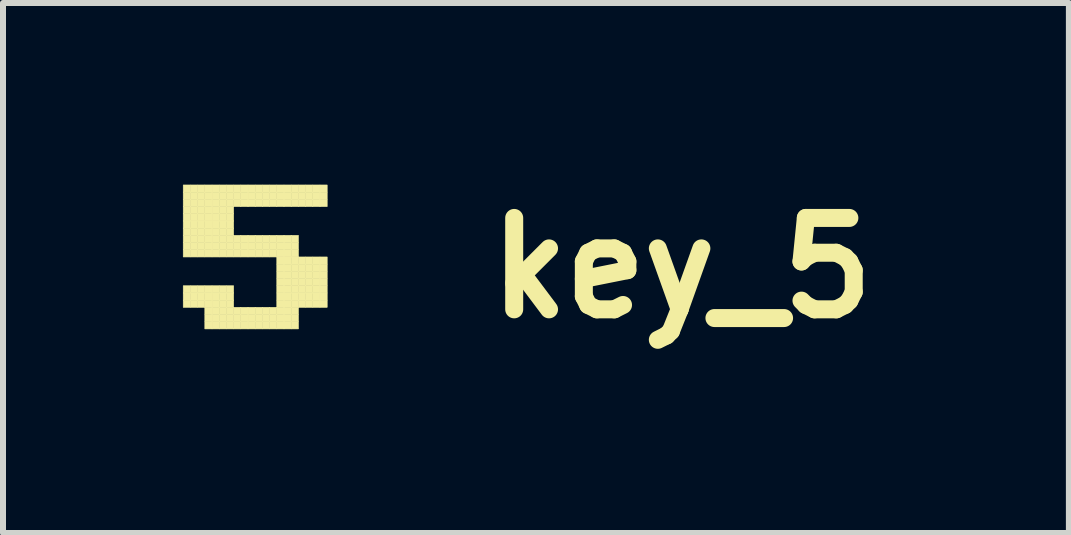
<source format=kicad_pcb>
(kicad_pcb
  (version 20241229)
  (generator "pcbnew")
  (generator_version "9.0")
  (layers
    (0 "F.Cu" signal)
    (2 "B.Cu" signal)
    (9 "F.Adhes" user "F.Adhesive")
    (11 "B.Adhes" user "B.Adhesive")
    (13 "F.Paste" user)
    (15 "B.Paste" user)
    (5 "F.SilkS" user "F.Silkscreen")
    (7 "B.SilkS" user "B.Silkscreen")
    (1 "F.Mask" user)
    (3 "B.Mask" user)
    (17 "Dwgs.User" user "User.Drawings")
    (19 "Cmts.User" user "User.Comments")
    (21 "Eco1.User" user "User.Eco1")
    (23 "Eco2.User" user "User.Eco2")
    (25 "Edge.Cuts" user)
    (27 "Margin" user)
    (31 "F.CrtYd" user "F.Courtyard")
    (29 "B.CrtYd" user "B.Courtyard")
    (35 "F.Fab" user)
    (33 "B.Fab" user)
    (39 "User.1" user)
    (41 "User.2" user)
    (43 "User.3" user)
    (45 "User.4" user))
  (footprint "key_5"
    (layer "F.Cu")
    (at 1.205 1.418)
    (property "Reference" "key_5" (at 7.112 0 0) (layer "F.SilkS") (effects (font (size 1.524 1.524) (thickness 0.3))))
    (attr through_hole)
    (fp_poly (pts (xy -1.2 -1.384) (xy -1.08 -1.384) (xy -1.08 -1.264) (xy -1.2 -1.264) (xy -1.2 -1.384)) (stroke (width 0.01) (type solid)) (fill yes) (layer "F.SilkS"))
    (fp_poly (pts (xy -1.2 -1.264) (xy -1.08 -1.264) (xy -1.08 -1.144) (xy -1.2 -1.144) (xy -1.2 -1.264)) (stroke (width 0.01) (type solid)) (fill yes) (layer "F.SilkS"))
    (fp_poly (pts (xy -1.2 -1.144) (xy -1.08 -1.144) (xy -1.08 -1.024) (xy -1.2 -1.024) (xy -1.2 -1.144)) (stroke (width 0.01) (type solid)) (fill yes) (layer "F.SilkS"))
    (fp_poly (pts (xy -1.2 -1.024) (xy -1.08 -1.024) (xy -1.08 -0.904) (xy -1.2 -0.904) (xy -1.2 -1.024)) (stroke (width 0.01) (type solid)) (fill yes) (layer "F.SilkS"))
    (fp_poly (pts (xy -1.2 -0.904) (xy -1.08 -0.904) (xy -1.08 -0.784) (xy -1.2 -0.784) (xy -1.2 -0.904)) (stroke (width 0.01) (type solid)) (fill yes) (layer "F.SilkS"))
    (fp_poly (pts (xy -1.2 -0.784) (xy -1.08 -0.784) (xy -1.08 -0.664) (xy -1.2 -0.664) (xy -1.2 -0.784)) (stroke (width 0.01) (type solid)) (fill yes) (layer "F.SilkS"))
    (fp_poly (pts (xy -1.2 -0.664) (xy -1.08 -0.664) (xy -1.08 -0.544) (xy -1.2 -0.544) (xy -1.2 -0.664)) (stroke (width 0.01) (type solid)) (fill yes) (layer "F.SilkS"))
    (fp_poly (pts (xy -1.2 -0.544) (xy -1.08 -0.544) (xy -1.08 -0.424) (xy -1.2 -0.424) (xy -1.2 -0.544)) (stroke (width 0.01) (type solid)) (fill yes) (layer "F.SilkS"))
    (fp_poly (pts (xy -1.2 -0.424) (xy -1.08 -0.424) (xy -1.08 -0.304) (xy -1.2 -0.304) (xy -1.2 -0.424)) (stroke (width 0.01) (type solid)) (fill yes) (layer "F.SilkS"))
    (fp_poly (pts (xy -1.2 -0.304) (xy -1.08 -0.304) (xy -1.08 -0.184) (xy -1.2 -0.184) (xy -1.2 -0.304)) (stroke (width 0.01) (type solid)) (fill yes) (layer "F.SilkS"))
    (fp_poly (pts (xy -1.2 0.296) (xy -1.08 0.296) (xy -1.08 0.416) (xy -1.2 0.416) (xy -1.2 0.296)) (stroke (width 0.01) (type solid)) (fill yes) (layer "F.SilkS"))
    (fp_poly (pts (xy -1.2 0.416) (xy -1.08 0.416) (xy -1.08 0.536) (xy -1.2 0.536) (xy -1.2 0.416)) (stroke (width 0.01) (type solid)) (fill yes) (layer "F.SilkS"))
    (fp_poly (pts (xy -1.2 0.536) (xy -1.08 0.536) (xy -1.08 0.656) (xy -1.2 0.656) (xy -1.2 0.536)) (stroke (width 0.01) (type solid)) (fill yes) (layer "F.SilkS"))
    (fp_poly (pts (xy -1.08 -1.384) (xy -0.96 -1.384) (xy -0.96 -1.264) (xy -1.08 -1.264) (xy -1.08 -1.384)) (stroke (width 0.01) (type solid)) (fill yes) (layer "F.SilkS"))
    (fp_poly (pts (xy -1.08 -1.264) (xy -0.96 -1.264) (xy -0.96 -1.144) (xy -1.08 -1.144) (xy -1.08 -1.264)) (stroke (width 0.01) (type solid)) (fill yes) (layer "F.SilkS"))
    (fp_poly (pts (xy -1.08 -1.144) (xy -0.96 -1.144) (xy -0.96 -1.024) (xy -1.08 -1.024) (xy -1.08 -1.144)) (stroke (width 0.01) (type solid)) (fill yes) (layer "F.SilkS"))
    (fp_poly (pts (xy -1.08 -1.024) (xy -0.96 -1.024) (xy -0.96 -0.904) (xy -1.08 -0.904) (xy -1.08 -1.024)) (stroke (width 0.01) (type solid)) (fill yes) (layer "F.SilkS"))
    (fp_poly (pts (xy -1.08 -0.904) (xy -0.96 -0.904) (xy -0.96 -0.784) (xy -1.08 -0.784) (xy -1.08 -0.904)) (stroke (width 0.01) (type solid)) (fill yes) (layer "F.SilkS"))
    (fp_poly (pts (xy -1.08 -0.784) (xy -0.96 -0.784) (xy -0.96 -0.664) (xy -1.08 -0.664) (xy -1.08 -0.784)) (stroke (width 0.01) (type solid)) (fill yes) (layer "F.SilkS"))
    (fp_poly (pts (xy -1.08 -0.664) (xy -0.96 -0.664) (xy -0.96 -0.544) (xy -1.08 -0.544) (xy -1.08 -0.664)) (stroke (width 0.01) (type solid)) (fill yes) (layer "F.SilkS"))
    (fp_poly (pts (xy -1.08 -0.544) (xy -0.96 -0.544) (xy -0.96 -0.424) (xy -1.08 -0.424) (xy -1.08 -0.544)) (stroke (width 0.01) (type solid)) (fill yes) (layer "F.SilkS"))
    (fp_poly (pts (xy -1.08 -0.424) (xy -0.96 -0.424) (xy -0.96 -0.304) (xy -1.08 -0.304) (xy -1.08 -0.424)) (stroke (width 0.01) (type solid)) (fill yes) (layer "F.SilkS"))
    (fp_poly (pts (xy -1.08 -0.304) (xy -0.96 -0.304) (xy -0.96 -0.184) (xy -1.08 -0.184) (xy -1.08 -0.304)) (stroke (width 0.01) (type solid)) (fill yes) (layer "F.SilkS"))
    (fp_poly (pts (xy -1.08 0.296) (xy -0.96 0.296) (xy -0.96 0.416) (xy -1.08 0.416) (xy -1.08 0.296)) (stroke (width 0.01) (type solid)) (fill yes) (layer "F.SilkS"))
    (fp_poly (pts (xy -1.08 0.416) (xy -0.96 0.416) (xy -0.96 0.536) (xy -1.08 0.536) (xy -1.08 0.416)) (stroke (width 0.01) (type solid)) (fill yes) (layer "F.SilkS"))
    (fp_poly (pts (xy -1.08 0.536) (xy -0.96 0.536) (xy -0.96 0.656) (xy -1.08 0.656) (xy -1.08 0.536)) (stroke (width 0.01) (type solid)) (fill yes) (layer "F.SilkS"))
    (fp_poly (pts (xy -0.96 -1.384) (xy -0.84 -1.384) (xy -0.84 -1.264) (xy -0.96 -1.264) (xy -0.96 -1.384)) (stroke (width 0.01) (type solid)) (fill yes) (layer "F.SilkS"))
    (fp_poly (pts (xy -0.96 -1.264) (xy -0.84 -1.264) (xy -0.84 -1.144) (xy -0.96 -1.144) (xy -0.96 -1.264)) (stroke (width 0.01) (type solid)) (fill yes) (layer "F.SilkS"))
    (fp_poly (pts (xy -0.96 -1.144) (xy -0.84 -1.144) (xy -0.84 -1.024) (xy -0.96 -1.024) (xy -0.96 -1.144)) (stroke (width 0.01) (type solid)) (fill yes) (layer "F.SilkS"))
    (fp_poly (pts (xy -0.96 -1.024) (xy -0.84 -1.024) (xy -0.84 -0.904) (xy -0.96 -0.904) (xy -0.96 -1.024)) (stroke (width 0.01) (type solid)) (fill yes) (layer "F.SilkS"))
    (fp_poly (pts (xy -0.96 -0.904) (xy -0.84 -0.904) (xy -0.84 -0.784) (xy -0.96 -0.784) (xy -0.96 -0.904)) (stroke (width 0.01) (type solid)) (fill yes) (layer "F.SilkS"))
    (fp_poly (pts (xy -0.96 -0.784) (xy -0.84 -0.784) (xy -0.84 -0.664) (xy -0.96 -0.664) (xy -0.96 -0.784)) (stroke (width 0.01) (type solid)) (fill yes) (layer "F.SilkS"))
    (fp_poly (pts (xy -0.96 -0.664) (xy -0.84 -0.664) (xy -0.84 -0.544) (xy -0.96 -0.544) (xy -0.96 -0.664)) (stroke (width 0.01) (type solid)) (fill yes) (layer "F.SilkS"))
    (fp_poly (pts (xy -0.96 -0.544) (xy -0.84 -0.544) (xy -0.84 -0.424) (xy -0.96 -0.424) (xy -0.96 -0.544)) (stroke (width 0.01) (type solid)) (fill yes) (layer "F.SilkS"))
    (fp_poly (pts (xy -0.96 -0.424) (xy -0.84 -0.424) (xy -0.84 -0.304) (xy -0.96 -0.304) (xy -0.96 -0.424)) (stroke (width 0.01) (type solid)) (fill yes) (layer "F.SilkS"))
    (fp_poly (pts (xy -0.96 -0.304) (xy -0.84 -0.304) (xy -0.84 -0.184) (xy -0.96 -0.184) (xy -0.96 -0.304)) (stroke (width 0.01) (type solid)) (fill yes) (layer "F.SilkS"))
    (fp_poly (pts (xy -0.96 0.296) (xy -0.84 0.296) (xy -0.84 0.416) (xy -0.96 0.416) (xy -0.96 0.296)) (stroke (width 0.01) (type solid)) (fill yes) (layer "F.SilkS"))
    (fp_poly (pts (xy -0.96 0.416) (xy -0.84 0.416) (xy -0.84 0.536) (xy -0.96 0.536) (xy -0.96 0.416)) (stroke (width 0.01) (type solid)) (fill yes) (layer "F.SilkS"))
    (fp_poly (pts (xy -0.96 0.536) (xy -0.84 0.536) (xy -0.84 0.656) (xy -0.96 0.656) (xy -0.96 0.536)) (stroke (width 0.01) (type solid)) (fill yes) (layer "F.SilkS"))
    (fp_poly (pts (xy -0.84 -1.384) (xy -0.72 -1.384) (xy -0.72 -1.264) (xy -0.84 -1.264) (xy -0.84 -1.384)) (stroke (width 0.01) (type solid)) (fill yes) (layer "F.SilkS"))
    (fp_poly (pts (xy -0.84 -1.264) (xy -0.72 -1.264) (xy -0.72 -1.144) (xy -0.84 -1.144) (xy -0.84 -1.264)) (stroke (width 0.01) (type solid)) (fill yes) (layer "F.SilkS"))
    (fp_poly (pts (xy -0.84 -1.144) (xy -0.72 -1.144) (xy -0.72 -1.024) (xy -0.84 -1.024) (xy -0.84 -1.144)) (stroke (width 0.01) (type solid)) (fill yes) (layer "F.SilkS"))
    (fp_poly (pts (xy -0.84 -1.024) (xy -0.72 -1.024) (xy -0.72 -0.904) (xy -0.84 -0.904) (xy -0.84 -1.024)) (stroke (width 0.01) (type solid)) (fill yes) (layer "F.SilkS"))
    (fp_poly (pts (xy -0.84 -0.904) (xy -0.72 -0.904) (xy -0.72 -0.784) (xy -0.84 -0.784) (xy -0.84 -0.904)) (stroke (width 0.01) (type solid)) (fill yes) (layer "F.SilkS"))
    (fp_poly (pts (xy -0.84 -0.784) (xy -0.72 -0.784) (xy -0.72 -0.664) (xy -0.84 -0.664) (xy -0.84 -0.784)) (stroke (width 0.01) (type solid)) (fill yes) (layer "F.SilkS"))
    (fp_poly (pts (xy -0.84 -0.664) (xy -0.72 -0.664) (xy -0.72 -0.544) (xy -0.84 -0.544) (xy -0.84 -0.664)) (stroke (width 0.01) (type solid)) (fill yes) (layer "F.SilkS"))
    (fp_poly (pts (xy -0.84 -0.544) (xy -0.72 -0.544) (xy -0.72 -0.424) (xy -0.84 -0.424) (xy -0.84 -0.544)) (stroke (width 0.01) (type solid)) (fill yes) (layer "F.SilkS"))
    (fp_poly (pts (xy -0.84 -0.424) (xy -0.72 -0.424) (xy -0.72 -0.304) (xy -0.84 -0.304) (xy -0.84 -0.424)) (stroke (width 0.01) (type solid)) (fill yes) (layer "F.SilkS"))
    (fp_poly (pts (xy -0.84 -0.304) (xy -0.72 -0.304) (xy -0.72 -0.184) (xy -0.84 -0.184) (xy -0.84 -0.304)) (stroke (width 0.01) (type solid)) (fill yes) (layer "F.SilkS"))
    (fp_poly (pts (xy -0.84 0.296) (xy -0.72 0.296) (xy -0.72 0.416) (xy -0.84 0.416) (xy -0.84 0.296)) (stroke (width 0.01) (type solid)) (fill yes) (layer "F.SilkS"))
    (fp_poly (pts (xy -0.84 0.416) (xy -0.72 0.416) (xy -0.72 0.536) (xy -0.84 0.536) (xy -0.84 0.416)) (stroke (width 0.01) (type solid)) (fill yes) (layer "F.SilkS"))
    (fp_poly (pts (xy -0.84 0.536) (xy -0.72 0.536) (xy -0.72 0.656) (xy -0.84 0.656) (xy -0.84 0.536)) (stroke (width 0.01) (type solid)) (fill yes) (layer "F.SilkS"))
    (fp_poly (pts (xy -0.84 0.656) (xy -0.72 0.656) (xy -0.72 0.776) (xy -0.84 0.776) (xy -0.84 0.656)) (stroke (width 0.01) (type solid)) (fill yes) (layer "F.SilkS"))
    (fp_poly (pts (xy -0.84 0.776) (xy -0.72 0.776) (xy -0.72 0.896) (xy -0.84 0.896) (xy -0.84 0.776)) (stroke (width 0.01) (type solid)) (fill yes) (layer "F.SilkS"))
    (fp_poly (pts (xy -0.84 0.896) (xy -0.72 0.896) (xy -0.72 1.016) (xy -0.84 1.016) (xy -0.84 0.896)) (stroke (width 0.01) (type solid)) (fill yes) (layer "F.SilkS"))
    (fp_poly (pts (xy -0.72 -1.384) (xy -0.6 -1.384) (xy -0.6 -1.264) (xy -0.72 -1.264) (xy -0.72 -1.384)) (stroke (width 0.01) (type solid)) (fill yes) (layer "F.SilkS"))
    (fp_poly (pts (xy -0.72 -1.264) (xy -0.6 -1.264) (xy -0.6 -1.144) (xy -0.72 -1.144) (xy -0.72 -1.264)) (stroke (width 0.01) (type solid)) (fill yes) (layer "F.SilkS"))
    (fp_poly (pts (xy -0.72 -1.144) (xy -0.6 -1.144) (xy -0.6 -1.024) (xy -0.72 -1.024) (xy -0.72 -1.144)) (stroke (width 0.01) (type solid)) (fill yes) (layer "F.SilkS"))
    (fp_poly (pts (xy -0.72 -1.024) (xy -0.6 -1.024) (xy -0.6 -0.904) (xy -0.72 -0.904) (xy -0.72 -1.024)) (stroke (width 0.01) (type solid)) (fill yes) (layer "F.SilkS"))
    (fp_poly (pts (xy -0.72 -0.904) (xy -0.6 -0.904) (xy -0.6 -0.784) (xy -0.72 -0.784) (xy -0.72 -0.904)) (stroke (width 0.01) (type solid)) (fill yes) (layer "F.SilkS"))
    (fp_poly (pts (xy -0.72 -0.784) (xy -0.6 -0.784) (xy -0.6 -0.664) (xy -0.72 -0.664) (xy -0.72 -0.784)) (stroke (width 0.01) (type solid)) (fill yes) (layer "F.SilkS"))
    (fp_poly (pts (xy -0.72 -0.664) (xy -0.6 -0.664) (xy -0.6 -0.544) (xy -0.72 -0.544) (xy -0.72 -0.664)) (stroke (width 0.01) (type solid)) (fill yes) (layer "F.SilkS"))
    (fp_poly (pts (xy -0.72 -0.544) (xy -0.6 -0.544) (xy -0.6 -0.424) (xy -0.72 -0.424) (xy -0.72 -0.544)) (stroke (width 0.01) (type solid)) (fill yes) (layer "F.SilkS"))
    (fp_poly (pts (xy -0.72 -0.424) (xy -0.6 -0.424) (xy -0.6 -0.304) (xy -0.72 -0.304) (xy -0.72 -0.424)) (stroke (width 0.01) (type solid)) (fill yes) (layer "F.SilkS"))
    (fp_poly (pts (xy -0.72 -0.304) (xy -0.6 -0.304) (xy -0.6 -0.184) (xy -0.72 -0.184) (xy -0.72 -0.304)) (stroke (width 0.01) (type solid)) (fill yes) (layer "F.SilkS"))
    (fp_poly (pts (xy -0.72 0.296) (xy -0.6 0.296) (xy -0.6 0.416) (xy -0.72 0.416) (xy -0.72 0.296)) (stroke (width 0.01) (type solid)) (fill yes) (layer "F.SilkS"))
    (fp_poly (pts (xy -0.72 0.416) (xy -0.6 0.416) (xy -0.6 0.536) (xy -0.72 0.536) (xy -0.72 0.416)) (stroke (width 0.01) (type solid)) (fill yes) (layer "F.SilkS"))
    (fp_poly (pts (xy -0.72 0.536) (xy -0.6 0.536) (xy -0.6 0.656) (xy -0.72 0.656) (xy -0.72 0.536)) (stroke (width 0.01) (type solid)) (fill yes) (layer "F.SilkS"))
    (fp_poly (pts (xy -0.72 0.656) (xy -0.6 0.656) (xy -0.6 0.776) (xy -0.72 0.776) (xy -0.72 0.656)) (stroke (width 0.01) (type solid)) (fill yes) (layer "F.SilkS"))
    (fp_poly (pts (xy -0.72 0.776) (xy -0.6 0.776) (xy -0.6 0.896) (xy -0.72 0.896) (xy -0.72 0.776)) (stroke (width 0.01) (type solid)) (fill yes) (layer "F.SilkS"))
    (fp_poly (pts (xy -0.72 0.896) (xy -0.6 0.896) (xy -0.6 1.016) (xy -0.72 1.016) (xy -0.72 0.896)) (stroke (width 0.01) (type solid)) (fill yes) (layer "F.SilkS"))
    (fp_poly (pts (xy -0.6 -1.384) (xy -0.48 -1.384) (xy -0.48 -1.264) (xy -0.6 -1.264) (xy -0.6 -1.384)) (stroke (width 0.01) (type solid)) (fill yes) (layer "F.SilkS"))
    (fp_poly (pts (xy -0.6 -1.264) (xy -0.48 -1.264) (xy -0.48 -1.144) (xy -0.6 -1.144) (xy -0.6 -1.264)) (stroke (width 0.01) (type solid)) (fill yes) (layer "F.SilkS"))
    (fp_poly (pts (xy -0.6 -1.144) (xy -0.48 -1.144) (xy -0.48 -1.024) (xy -0.6 -1.024) (xy -0.6 -1.144)) (stroke (width 0.01) (type solid)) (fill yes) (layer "F.SilkS"))
    (fp_poly (pts (xy -0.6 -1.024) (xy -0.48 -1.024) (xy -0.48 -0.904) (xy -0.6 -0.904) (xy -0.6 -1.024)) (stroke (width 0.01) (type solid)) (fill yes) (layer "F.SilkS"))
    (fp_poly (pts (xy -0.6 -0.904) (xy -0.48 -0.904) (xy -0.48 -0.784) (xy -0.6 -0.784) (xy -0.6 -0.904)) (stroke (width 0.01) (type solid)) (fill yes) (layer "F.SilkS"))
    (fp_poly (pts (xy -0.6 -0.784) (xy -0.48 -0.784) (xy -0.48 -0.664) (xy -0.6 -0.664) (xy -0.6 -0.784)) (stroke (width 0.01) (type solid)) (fill yes) (layer "F.SilkS"))
    (fp_poly (pts (xy -0.6 -0.664) (xy -0.48 -0.664) (xy -0.48 -0.544) (xy -0.6 -0.544) (xy -0.6 -0.664)) (stroke (width 0.01) (type solid)) (fill yes) (layer "F.SilkS"))
    (fp_poly (pts (xy -0.6 -0.544) (xy -0.48 -0.544) (xy -0.48 -0.424) (xy -0.6 -0.424) (xy -0.6 -0.544)) (stroke (width 0.01) (type solid)) (fill yes) (layer "F.SilkS"))
    (fp_poly (pts (xy -0.6 -0.424) (xy -0.48 -0.424) (xy -0.48 -0.304) (xy -0.6 -0.304) (xy -0.6 -0.424)) (stroke (width 0.01) (type solid)) (fill yes) (layer "F.SilkS"))
    (fp_poly (pts (xy -0.6 -0.304) (xy -0.48 -0.304) (xy -0.48 -0.184) (xy -0.6 -0.184) (xy -0.6 -0.304)) (stroke (width 0.01) (type solid)) (fill yes) (layer "F.SilkS"))
    (fp_poly (pts (xy -0.6 0.296) (xy -0.48 0.296) (xy -0.48 0.416) (xy -0.6 0.416) (xy -0.6 0.296)) (stroke (width 0.01) (type solid)) (fill yes) (layer "F.SilkS"))
    (fp_poly (pts (xy -0.6 0.416) (xy -0.48 0.416) (xy -0.48 0.536) (xy -0.6 0.536) (xy -0.6 0.416)) (stroke (width 0.01) (type solid)) (fill yes) (layer "F.SilkS"))
    (fp_poly (pts (xy -0.6 0.536) (xy -0.48 0.536) (xy -0.48 0.656) (xy -0.6 0.656) (xy -0.6 0.536)) (stroke (width 0.01) (type solid)) (fill yes) (layer "F.SilkS"))
    (fp_poly (pts (xy -0.6 0.656) (xy -0.48 0.656) (xy -0.48 0.776) (xy -0.6 0.776) (xy -0.6 0.656)) (stroke (width 0.01) (type solid)) (fill yes) (layer "F.SilkS"))
    (fp_poly (pts (xy -0.6 0.776) (xy -0.48 0.776) (xy -0.48 0.896) (xy -0.6 0.896) (xy -0.6 0.776)) (stroke (width 0.01) (type solid)) (fill yes) (layer "F.SilkS"))
    (fp_poly (pts (xy -0.6 0.896) (xy -0.48 0.896) (xy -0.48 1.016) (xy -0.6 1.016) (xy -0.6 0.896)) (stroke (width 0.01) (type solid)) (fill yes) (layer "F.SilkS"))
    (fp_poly (pts (xy -0.48 -1.384) (xy -0.36 -1.384) (xy -0.36 -1.264) (xy -0.48 -1.264) (xy -0.48 -1.384)) (stroke (width 0.01) (type solid)) (fill yes) (layer "F.SilkS"))
    (fp_poly (pts (xy -0.48 -1.264) (xy -0.36 -1.264) (xy -0.36 -1.144) (xy -0.48 -1.144) (xy -0.48 -1.264)) (stroke (width 0.01) (type solid)) (fill yes) (layer "F.SilkS"))
    (fp_poly (pts (xy -0.48 -1.144) (xy -0.36 -1.144) (xy -0.36 -1.024) (xy -0.48 -1.024) (xy -0.48 -1.144)) (stroke (width 0.01) (type solid)) (fill yes) (layer "F.SilkS"))
    (fp_poly (pts (xy -0.48 -1.024) (xy -0.36 -1.024) (xy -0.36 -0.904) (xy -0.48 -0.904) (xy -0.48 -1.024)) (stroke (width 0.01) (type solid)) (fill yes) (layer "F.SilkS"))
    (fp_poly (pts (xy -0.48 -0.904) (xy -0.36 -0.904) (xy -0.36 -0.784) (xy -0.48 -0.784) (xy -0.48 -0.904)) (stroke (width 0.01) (type solid)) (fill yes) (layer "F.SilkS"))
    (fp_poly (pts (xy -0.48 -0.784) (xy -0.36 -0.784) (xy -0.36 -0.664) (xy -0.48 -0.664) (xy -0.48 -0.784)) (stroke (width 0.01) (type solid)) (fill yes) (layer "F.SilkS"))
    (fp_poly (pts (xy -0.48 -0.664) (xy -0.36 -0.664) (xy -0.36 -0.544) (xy -0.48 -0.544) (xy -0.48 -0.664)) (stroke (width 0.01) (type solid)) (fill yes) (layer "F.SilkS"))
    (fp_poly (pts (xy -0.48 -0.544) (xy -0.36 -0.544) (xy -0.36 -0.424) (xy -0.48 -0.424) (xy -0.48 -0.544)) (stroke (width 0.01) (type solid)) (fill yes) (layer "F.SilkS"))
    (fp_poly (pts (xy -0.48 -0.424) (xy -0.36 -0.424) (xy -0.36 -0.304) (xy -0.48 -0.304) (xy -0.48 -0.424)) (stroke (width 0.01) (type solid)) (fill yes) (layer "F.SilkS"))
    (fp_poly (pts (xy -0.48 -0.304) (xy -0.36 -0.304) (xy -0.36 -0.184) (xy -0.48 -0.184) (xy -0.48 -0.304)) (stroke (width 0.01) (type solid)) (fill yes) (layer "F.SilkS"))
    (fp_poly (pts (xy -0.48 0.296) (xy -0.36 0.296) (xy -0.36 0.416) (xy -0.48 0.416) (xy -0.48 0.296)) (stroke (width 0.01) (type solid)) (fill yes) (layer "F.SilkS"))
    (fp_poly (pts (xy -0.48 0.416) (xy -0.36 0.416) (xy -0.36 0.536) (xy -0.48 0.536) (xy -0.48 0.416)) (stroke (width 0.01) (type solid)) (fill yes) (layer "F.SilkS"))
    (fp_poly (pts (xy -0.48 0.536) (xy -0.36 0.536) (xy -0.36 0.656) (xy -0.48 0.656) (xy -0.48 0.536)) (stroke (width 0.01) (type solid)) (fill yes) (layer "F.SilkS"))
    (fp_poly (pts (xy -0.48 0.656) (xy -0.36 0.656) (xy -0.36 0.776) (xy -0.48 0.776) (xy -0.48 0.656)) (stroke (width 0.01) (type solid)) (fill yes) (layer "F.SilkS"))
    (fp_poly (pts (xy -0.48 0.776) (xy -0.36 0.776) (xy -0.36 0.896) (xy -0.48 0.896) (xy -0.48 0.776)) (stroke (width 0.01) (type solid)) (fill yes) (layer "F.SilkS"))
    (fp_poly (pts (xy -0.48 0.896) (xy -0.36 0.896) (xy -0.36 1.016) (xy -0.48 1.016) (xy -0.48 0.896)) (stroke (width 0.01) (type solid)) (fill yes) (layer "F.SilkS"))
    (fp_poly (pts (xy -0.36 -1.384) (xy -0.24 -1.384) (xy -0.24 -1.264) (xy -0.36 -1.264) (xy -0.36 -1.384)) (stroke (width 0.01) (type solid)) (fill yes) (layer "F.SilkS"))
    (fp_poly (pts (xy -0.36 -1.264) (xy -0.24 -1.264) (xy -0.24 -1.144) (xy -0.36 -1.144) (xy -0.36 -1.264)) (stroke (width 0.01) (type solid)) (fill yes) (layer "F.SilkS"))
    (fp_poly (pts (xy -0.36 -1.144) (xy -0.24 -1.144) (xy -0.24 -1.024) (xy -0.36 -1.024) (xy -0.36 -1.144)) (stroke (width 0.01) (type solid)) (fill yes) (layer "F.SilkS"))
    (fp_poly (pts (xy -0.36 -0.544) (xy -0.24 -0.544) (xy -0.24 -0.424) (xy -0.36 -0.424) (xy -0.36 -0.544)) (stroke (width 0.01) (type solid)) (fill yes) (layer "F.SilkS"))
    (fp_poly (pts (xy -0.36 -0.424) (xy -0.24 -0.424) (xy -0.24 -0.304) (xy -0.36 -0.304) (xy -0.36 -0.424)) (stroke (width 0.01) (type solid)) (fill yes) (layer "F.SilkS"))
    (fp_poly (pts (xy -0.36 -0.304) (xy -0.24 -0.304) (xy -0.24 -0.184) (xy -0.36 -0.184) (xy -0.36 -0.304)) (stroke (width 0.01) (type solid)) (fill yes) (layer "F.SilkS"))
    (fp_poly (pts (xy -0.36 0.656) (xy -0.24 0.656) (xy -0.24 0.776) (xy -0.36 0.776) (xy -0.36 0.656)) (stroke (width 0.01) (type solid)) (fill yes) (layer "F.SilkS"))
    (fp_poly (pts (xy -0.36 0.776) (xy -0.24 0.776) (xy -0.24 0.896) (xy -0.36 0.896) (xy -0.36 0.776)) (stroke (width 0.01) (type solid)) (fill yes) (layer "F.SilkS"))
    (fp_poly (pts (xy -0.36 0.896) (xy -0.24 0.896) (xy -0.24 1.016) (xy -0.36 1.016) (xy -0.36 0.896)) (stroke (width 0.01) (type solid)) (fill yes) (layer "F.SilkS"))
    (fp_poly (pts (xy -0.24 -1.384) (xy -0.12 -1.384) (xy -0.12 -1.264) (xy -0.24 -1.264) (xy -0.24 -1.384)) (stroke (width 0.01) (type solid)) (fill yes) (layer "F.SilkS"))
    (fp_poly (pts (xy -0.24 -1.264) (xy -0.12 -1.264) (xy -0.12 -1.144) (xy -0.24 -1.144) (xy -0.24 -1.264)) (stroke (width 0.01) (type solid)) (fill yes) (layer "F.SilkS"))
    (fp_poly (pts (xy -0.24 -1.144) (xy -0.12 -1.144) (xy -0.12 -1.024) (xy -0.24 -1.024) (xy -0.24 -1.144)) (stroke (width 0.01) (type solid)) (fill yes) (layer "F.SilkS"))
    (fp_poly (pts (xy -0.24 -0.544) (xy -0.12 -0.544) (xy -0.12 -0.424) (xy -0.24 -0.424) (xy -0.24 -0.544)) (stroke (width 0.01) (type solid)) (fill yes) (layer "F.SilkS"))
    (fp_poly (pts (xy -0.24 -0.424) (xy -0.12 -0.424) (xy -0.12 -0.304) (xy -0.24 -0.304) (xy -0.24 -0.424)) (stroke (width 0.01) (type solid)) (fill yes) (layer "F.SilkS"))
    (fp_poly (pts (xy -0.24 -0.304) (xy -0.12 -0.304) (xy -0.12 -0.184) (xy -0.24 -0.184) (xy -0.24 -0.304)) (stroke (width 0.01) (type solid)) (fill yes) (layer "F.SilkS"))
    (fp_poly (pts (xy -0.24 0.656) (xy -0.12 0.656) (xy -0.12 0.776) (xy -0.24 0.776) (xy -0.24 0.656)) (stroke (width 0.01) (type solid)) (fill yes) (layer "F.SilkS"))
    (fp_poly (pts (xy -0.24 0.776) (xy -0.12 0.776) (xy -0.12 0.896) (xy -0.24 0.896) (xy -0.24 0.776)) (stroke (width 0.01) (type solid)) (fill yes) (layer "F.SilkS"))
    (fp_poly (pts (xy -0.24 0.896) (xy -0.12 0.896) (xy -0.12 1.016) (xy -0.24 1.016) (xy -0.24 0.896)) (stroke (width 0.01) (type solid)) (fill yes) (layer "F.SilkS"))
    (fp_poly (pts (xy -0.12 -1.384) (xy 0 -1.384) (xy 0 -1.264) (xy -0.12 -1.264) (xy -0.12 -1.384)) (stroke (width 0.01) (type solid)) (fill yes) (layer "F.SilkS"))
    (fp_poly (pts (xy -0.12 -1.264) (xy 0 -1.264) (xy 0 -1.144) (xy -0.12 -1.144) (xy -0.12 -1.264)) (stroke (width 0.01) (type solid)) (fill yes) (layer "F.SilkS"))
    (fp_poly (pts (xy -0.12 -1.144) (xy 0 -1.144) (xy 0 -1.024) (xy -0.12 -1.024) (xy -0.12 -1.144)) (stroke (width 0.01) (type solid)) (fill yes) (layer "F.SilkS"))
    (fp_poly (pts (xy -0.12 -0.544) (xy 0 -0.544) (xy 0 -0.424) (xy -0.12 -0.424) (xy -0.12 -0.544)) (stroke (width 0.01) (type solid)) (fill yes) (layer "F.SilkS"))
    (fp_poly (pts (xy -0.12 -0.424) (xy 0 -0.424) (xy 0 -0.304) (xy -0.12 -0.304) (xy -0.12 -0.424)) (stroke (width 0.01) (type solid)) (fill yes) (layer "F.SilkS"))
    (fp_poly (pts (xy -0.12 -0.304) (xy 0 -0.304) (xy 0 -0.184) (xy -0.12 -0.184) (xy -0.12 -0.304)) (stroke (width 0.01) (type solid)) (fill yes) (layer "F.SilkS"))
    (fp_poly (pts (xy -0.12 0.656) (xy 0 0.656) (xy 0 0.776) (xy -0.12 0.776) (xy -0.12 0.656)) (stroke (width 0.01) (type solid)) (fill yes) (layer "F.SilkS"))
    (fp_poly (pts (xy -0.12 0.776) (xy 0 0.776) (xy 0 0.896) (xy -0.12 0.896) (xy -0.12 0.776)) (stroke (width 0.01) (type solid)) (fill yes) (layer "F.SilkS"))
    (fp_poly (pts (xy -0.12 0.896) (xy 0 0.896) (xy 0 1.016) (xy -0.12 1.016) (xy -0.12 0.896)) (stroke (width 0.01) (type solid)) (fill yes) (layer "F.SilkS"))
    (fp_poly (pts (xy 0 -1.384) (xy 0.12 -1.384) (xy 0.12 -1.264) (xy 0 -1.264) (xy 0 -1.384)) (stroke (width 0.01) (type solid)) (fill yes) (layer "F.SilkS"))
    (fp_poly (pts (xy 0 -1.264) (xy 0.12 -1.264) (xy 0.12 -1.144) (xy 0 -1.144) (xy 0 -1.264)) (stroke (width 0.01) (type solid)) (fill yes) (layer "F.SilkS"))
    (fp_poly (pts (xy 0 -1.144) (xy 0.12 -1.144) (xy 0.12 -1.024) (xy 0 -1.024) (xy 0 -1.144)) (stroke (width 0.01) (type solid)) (fill yes) (layer "F.SilkS"))
    (fp_poly (pts (xy 0 -0.544) (xy 0.12 -0.544) (xy 0.12 -0.424) (xy 0 -0.424) (xy 0 -0.544)) (stroke (width 0.01) (type solid)) (fill yes) (layer "F.SilkS"))
    (fp_poly (pts (xy 0 -0.424) (xy 0.12 -0.424) (xy 0.12 -0.304) (xy 0 -0.304) (xy 0 -0.424)) (stroke (width 0.01) (type solid)) (fill yes) (layer "F.SilkS"))
    (fp_poly (pts (xy 0 -0.304) (xy 0.12 -0.304) (xy 0.12 -0.184) (xy 0 -0.184) (xy 0 -0.304)) (stroke (width 0.01) (type solid)) (fill yes) (layer "F.SilkS"))
    (fp_poly (pts (xy 0 0.656) (xy 0.12 0.656) (xy 0.12 0.776) (xy 0 0.776) (xy 0 0.656)) (stroke (width 0.01) (type solid)) (fill yes) (layer "F.SilkS"))
    (fp_poly (pts (xy 0 0.776) (xy 0.12 0.776) (xy 0.12 0.896) (xy 0 0.896) (xy 0 0.776)) (stroke (width 0.01) (type solid)) (fill yes) (layer "F.SilkS"))
    (fp_poly (pts (xy 0 0.896) (xy 0.12 0.896) (xy 0.12 1.016) (xy 0 1.016) (xy 0 0.896)) (stroke (width 0.01) (type solid)) (fill yes) (layer "F.SilkS"))
    (fp_poly (pts (xy 0.12 -1.384) (xy 0.24 -1.384) (xy 0.24 -1.264) (xy 0.12 -1.264) (xy 0.12 -1.384)) (stroke (width 0.01) (type solid)) (fill yes) (layer "F.SilkS"))
    (fp_poly (pts (xy 0.12 -1.264) (xy 0.24 -1.264) (xy 0.24 -1.144) (xy 0.12 -1.144) (xy 0.12 -1.264)) (stroke (width 0.01) (type solid)) (fill yes) (layer "F.SilkS"))
    (fp_poly (pts (xy 0.12 -1.144) (xy 0.24 -1.144) (xy 0.24 -1.024) (xy 0.12 -1.024) (xy 0.12 -1.144)) (stroke (width 0.01) (type solid)) (fill yes) (layer "F.SilkS"))
    (fp_poly (pts (xy 0.12 -0.544) (xy 0.24 -0.544) (xy 0.24 -0.424) (xy 0.12 -0.424) (xy 0.12 -0.544)) (stroke (width 0.01) (type solid)) (fill yes) (layer "F.SilkS"))
    (fp_poly (pts (xy 0.12 -0.424) (xy 0.24 -0.424) (xy 0.24 -0.304) (xy 0.12 -0.304) (xy 0.12 -0.424)) (stroke (width 0.01) (type solid)) (fill yes) (layer "F.SilkS"))
    (fp_poly (pts (xy 0.12 -0.304) (xy 0.24 -0.304) (xy 0.24 -0.184) (xy 0.12 -0.184) (xy 0.12 -0.304)) (stroke (width 0.01) (type solid)) (fill yes) (layer "F.SilkS"))
    (fp_poly (pts (xy 0.12 0.656) (xy 0.24 0.656) (xy 0.24 0.776) (xy 0.12 0.776) (xy 0.12 0.656)) (stroke (width 0.01) (type solid)) (fill yes) (layer "F.SilkS"))
    (fp_poly (pts (xy 0.12 0.776) (xy 0.24 0.776) (xy 0.24 0.896) (xy 0.12 0.896) (xy 0.12 0.776)) (stroke (width 0.01) (type solid)) (fill yes) (layer "F.SilkS"))
    (fp_poly (pts (xy 0.12 0.896) (xy 0.24 0.896) (xy 0.24 1.016) (xy 0.12 1.016) (xy 0.12 0.896)) (stroke (width 0.01) (type solid)) (fill yes) (layer "F.SilkS"))
    (fp_poly (pts (xy 0.24 -1.384) (xy 0.36 -1.384) (xy 0.36 -1.264) (xy 0.24 -1.264) (xy 0.24 -1.384)) (stroke (width 0.01) (type solid)) (fill yes) (layer "F.SilkS"))
    (fp_poly (pts (xy 0.24 -1.264) (xy 0.36 -1.264) (xy 0.36 -1.144) (xy 0.24 -1.144) (xy 0.24 -1.264)) (stroke (width 0.01) (type solid)) (fill yes) (layer "F.SilkS"))
    (fp_poly (pts (xy 0.24 -1.144) (xy 0.36 -1.144) (xy 0.36 -1.024) (xy 0.24 -1.024) (xy 0.24 -1.144)) (stroke (width 0.01) (type solid)) (fill yes) (layer "F.SilkS"))
    (fp_poly (pts (xy 0.24 -0.544) (xy 0.36 -0.544) (xy 0.36 -0.424) (xy 0.24 -0.424) (xy 0.24 -0.544)) (stroke (width 0.01) (type solid)) (fill yes) (layer "F.SilkS"))
    (fp_poly (pts (xy 0.24 -0.424) (xy 0.36 -0.424) (xy 0.36 -0.304) (xy 0.24 -0.304) (xy 0.24 -0.424)) (stroke (width 0.01) (type solid)) (fill yes) (layer "F.SilkS"))
    (fp_poly (pts (xy 0.24 -0.304) (xy 0.36 -0.304) (xy 0.36 -0.184) (xy 0.24 -0.184) (xy 0.24 -0.304)) (stroke (width 0.01) (type solid)) (fill yes) (layer "F.SilkS"))
    (fp_poly (pts (xy 0.24 0.656) (xy 0.36 0.656) (xy 0.36 0.776) (xy 0.24 0.776) (xy 0.24 0.656)) (stroke (width 0.01) (type solid)) (fill yes) (layer "F.SilkS"))
    (fp_poly (pts (xy 0.24 0.776) (xy 0.36 0.776) (xy 0.36 0.896) (xy 0.24 0.896) (xy 0.24 0.776)) (stroke (width 0.01) (type solid)) (fill yes) (layer "F.SilkS"))
    (fp_poly (pts (xy 0.24 0.896) (xy 0.36 0.896) (xy 0.36 1.016) (xy 0.24 1.016) (xy 0.24 0.896)) (stroke (width 0.01) (type solid)) (fill yes) (layer "F.SilkS"))
    (fp_poly (pts (xy 0.36 -1.384) (xy 0.48 -1.384) (xy 0.48 -1.264) (xy 0.36 -1.264) (xy 0.36 -1.384)) (stroke (width 0.01) (type solid)) (fill yes) (layer "F.SilkS"))
    (fp_poly (pts (xy 0.36 -1.264) (xy 0.48 -1.264) (xy 0.48 -1.144) (xy 0.36 -1.144) (xy 0.36 -1.264)) (stroke (width 0.01) (type solid)) (fill yes) (layer "F.SilkS"))
    (fp_poly (pts (xy 0.36 -1.144) (xy 0.48 -1.144) (xy 0.48 -1.024) (xy 0.36 -1.024) (xy 0.36 -1.144)) (stroke (width 0.01) (type solid)) (fill yes) (layer "F.SilkS"))
    (fp_poly (pts (xy 0.36 -0.544) (xy 0.48 -0.544) (xy 0.48 -0.424) (xy 0.36 -0.424) (xy 0.36 -0.544)) (stroke (width 0.01) (type solid)) (fill yes) (layer "F.SilkS"))
    (fp_poly (pts (xy 0.36 -0.424) (xy 0.48 -0.424) (xy 0.48 -0.304) (xy 0.36 -0.304) (xy 0.36 -0.424)) (stroke (width 0.01) (type solid)) (fill yes) (layer "F.SilkS"))
    (fp_poly (pts (xy 0.36 -0.304) (xy 0.48 -0.304) (xy 0.48 -0.184) (xy 0.36 -0.184) (xy 0.36 -0.304)) (stroke (width 0.01) (type solid)) (fill yes) (layer "F.SilkS"))
    (fp_poly (pts (xy 0.36 -0.184) (xy 0.48 -0.184) (xy 0.48 -0.064) (xy 0.36 -0.064) (xy 0.36 -0.184)) (stroke (width 0.01) (type solid)) (fill yes) (layer "F.SilkS"))
    (fp_poly (pts (xy 0.36 -0.064) (xy 0.48 -0.064) (xy 0.48 0.056) (xy 0.36 0.056) (xy 0.36 -0.064)) (stroke (width 0.01) (type solid)) (fill yes) (layer "F.SilkS"))
    (fp_poly (pts (xy 0.36 0.056) (xy 0.48 0.056) (xy 0.48 0.176) (xy 0.36 0.176) (xy 0.36 0.056)) (stroke (width 0.01) (type solid)) (fill yes) (layer "F.SilkS"))
    (fp_poly (pts (xy 0.36 0.176) (xy 0.48 0.176) (xy 0.48 0.296) (xy 0.36 0.296) (xy 0.36 0.176)) (stroke (width 0.01) (type solid)) (fill yes) (layer "F.SilkS"))
    (fp_poly (pts (xy 0.36 0.296) (xy 0.48 0.296) (xy 0.48 0.416) (xy 0.36 0.416) (xy 0.36 0.296)) (stroke (width 0.01) (type solid)) (fill yes) (layer "F.SilkS"))
    (fp_poly (pts (xy 0.36 0.416) (xy 0.48 0.416) (xy 0.48 0.536) (xy 0.36 0.536) (xy 0.36 0.416)) (stroke (width 0.01) (type solid)) (fill yes) (layer "F.SilkS"))
    (fp_poly (pts (xy 0.36 0.536) (xy 0.48 0.536) (xy 0.48 0.656) (xy 0.36 0.656) (xy 0.36 0.536)) (stroke (width 0.01) (type solid)) (fill yes) (layer "F.SilkS"))
    (fp_poly (pts (xy 0.36 0.656) (xy 0.48 0.656) (xy 0.48 0.776) (xy 0.36 0.776) (xy 0.36 0.656)) (stroke (width 0.01) (type solid)) (fill yes) (layer "F.SilkS"))
    (fp_poly (pts (xy 0.36 0.776) (xy 0.48 0.776) (xy 0.48 0.896) (xy 0.36 0.896) (xy 0.36 0.776)) (stroke (width 0.01) (type solid)) (fill yes) (layer "F.SilkS"))
    (fp_poly (pts (xy 0.36 0.896) (xy 0.48 0.896) (xy 0.48 1.016) (xy 0.36 1.016) (xy 0.36 0.896)) (stroke (width 0.01) (type solid)) (fill yes) (layer "F.SilkS"))
    (fp_poly (pts (xy 0.48 -1.384) (xy 0.6 -1.384) (xy 0.6 -1.264) (xy 0.48 -1.264) (xy 0.48 -1.384)) (stroke (width 0.01) (type solid)) (fill yes) (layer "F.SilkS"))
    (fp_poly (pts (xy 0.48 -1.264) (xy 0.6 -1.264) (xy 0.6 -1.144) (xy 0.48 -1.144) (xy 0.48 -1.264)) (stroke (width 0.01) (type solid)) (fill yes) (layer "F.SilkS"))
    (fp_poly (pts (xy 0.48 -1.144) (xy 0.6 -1.144) (xy 0.6 -1.024) (xy 0.48 -1.024) (xy 0.48 -1.144)) (stroke (width 0.01) (type solid)) (fill yes) (layer "F.SilkS"))
    (fp_poly (pts (xy 0.48 -0.544) (xy 0.6 -0.544) (xy 0.6 -0.424) (xy 0.48 -0.424) (xy 0.48 -0.544)) (stroke (width 0.01) (type solid)) (fill yes) (layer "F.SilkS"))
    (fp_poly (pts (xy 0.48 -0.424) (xy 0.6 -0.424) (xy 0.6 -0.304) (xy 0.48 -0.304) (xy 0.48 -0.424)) (stroke (width 0.01) (type solid)) (fill yes) (layer "F.SilkS"))
    (fp_poly (pts (xy 0.48 -0.304) (xy 0.6 -0.304) (xy 0.6 -0.184) (xy 0.48 -0.184) (xy 0.48 -0.304)) (stroke (width 0.01) (type solid)) (fill yes) (layer "F.SilkS"))
    (fp_poly (pts (xy 0.48 -0.184) (xy 0.6 -0.184) (xy 0.6 -0.064) (xy 0.48 -0.064) (xy 0.48 -0.184)) (stroke (width 0.01) (type solid)) (fill yes) (layer "F.SilkS"))
    (fp_poly (pts (xy 0.48 -0.064) (xy 0.6 -0.064) (xy 0.6 0.056) (xy 0.48 0.056) (xy 0.48 -0.064)) (stroke (width 0.01) (type solid)) (fill yes) (layer "F.SilkS"))
    (fp_poly (pts (xy 0.48 0.056) (xy 0.6 0.056) (xy 0.6 0.176) (xy 0.48 0.176) (xy 0.48 0.056)) (stroke (width 0.01) (type solid)) (fill yes) (layer "F.SilkS"))
    (fp_poly (pts (xy 0.48 0.176) (xy 0.6 0.176) (xy 0.6 0.296) (xy 0.48 0.296) (xy 0.48 0.176)) (stroke (width 0.01) (type solid)) (fill yes) (layer "F.SilkS"))
    (fp_poly (pts (xy 0.48 0.296) (xy 0.6 0.296) (xy 0.6 0.416) (xy 0.48 0.416) (xy 0.48 0.296)) (stroke (width 0.01) (type solid)) (fill yes) (layer "F.SilkS"))
    (fp_poly (pts (xy 0.48 0.416) (xy 0.6 0.416) (xy 0.6 0.536) (xy 0.48 0.536) (xy 0.48 0.416)) (stroke (width 0.01) (type solid)) (fill yes) (layer "F.SilkS"))
    (fp_poly (pts (xy 0.48 0.536) (xy 0.6 0.536) (xy 0.6 0.656) (xy 0.48 0.656) (xy 0.48 0.536)) (stroke (width 0.01) (type solid)) (fill yes) (layer "F.SilkS"))
    (fp_poly (pts (xy 0.48 0.656) (xy 0.6 0.656) (xy 0.6 0.776) (xy 0.48 0.776) (xy 0.48 0.656)) (stroke (width 0.01) (type solid)) (fill yes) (layer "F.SilkS"))
    (fp_poly (pts (xy 0.48 0.776) (xy 0.6 0.776) (xy 0.6 0.896) (xy 0.48 0.896) (xy 0.48 0.776)) (stroke (width 0.01) (type solid)) (fill yes) (layer "F.SilkS"))
    (fp_poly (pts (xy 0.48 0.896) (xy 0.6 0.896) (xy 0.6 1.016) (xy 0.48 1.016) (xy 0.48 0.896)) (stroke (width 0.01) (type solid)) (fill yes) (layer "F.SilkS"))
    (fp_poly (pts (xy 0.6 -1.384) (xy 0.72 -1.384) (xy 0.72 -1.264) (xy 0.6 -1.264) (xy 0.6 -1.384)) (stroke (width 0.01) (type solid)) (fill yes) (layer "F.SilkS"))
    (fp_poly (pts (xy 0.6 -1.264) (xy 0.72 -1.264) (xy 0.72 -1.144) (xy 0.6 -1.144) (xy 0.6 -1.264)) (stroke (width 0.01) (type solid)) (fill yes) (layer "F.SilkS"))
    (fp_poly (pts (xy 0.6 -1.144) (xy 0.72 -1.144) (xy 0.72 -1.024) (xy 0.6 -1.024) (xy 0.6 -1.144)) (stroke (width 0.01) (type solid)) (fill yes) (layer "F.SilkS"))
    (fp_poly (pts (xy 0.6 -0.544) (xy 0.72 -0.544) (xy 0.72 -0.424) (xy 0.6 -0.424) (xy 0.6 -0.544)) (stroke (width 0.01) (type solid)) (fill yes) (layer "F.SilkS"))
    (fp_poly (pts (xy 0.6 -0.424) (xy 0.72 -0.424) (xy 0.72 -0.304) (xy 0.6 -0.304) (xy 0.6 -0.424)) (stroke (width 0.01) (type solid)) (fill yes) (layer "F.SilkS"))
    (fp_poly (pts (xy 0.6 -0.304) (xy 0.72 -0.304) (xy 0.72 -0.184) (xy 0.6 -0.184) (xy 0.6 -0.304)) (stroke (width 0.01) (type solid)) (fill yes) (layer "F.SilkS"))
    (fp_poly (pts (xy 0.6 -0.184) (xy 0.72 -0.184) (xy 0.72 -0.064) (xy 0.6 -0.064) (xy 0.6 -0.184)) (stroke (width 0.01) (type solid)) (fill yes) (layer "F.SilkS"))
    (fp_poly (pts (xy 0.6 -0.064) (xy 0.72 -0.064) (xy 0.72 0.056) (xy 0.6 0.056) (xy 0.6 -0.064)) (stroke (width 0.01) (type solid)) (fill yes) (layer "F.SilkS"))
    (fp_poly (pts (xy 0.6 0.056) (xy 0.72 0.056) (xy 0.72 0.176) (xy 0.6 0.176) (xy 0.6 0.056)) (stroke (width 0.01) (type solid)) (fill yes) (layer "F.SilkS"))
    (fp_poly (pts (xy 0.6 0.176) (xy 0.72 0.176) (xy 0.72 0.296) (xy 0.6 0.296) (xy 0.6 0.176)) (stroke (width 0.01) (type solid)) (fill yes) (layer "F.SilkS"))
    (fp_poly (pts (xy 0.6 0.296) (xy 0.72 0.296) (xy 0.72 0.416) (xy 0.6 0.416) (xy 0.6 0.296)) (stroke (width 0.01) (type solid)) (fill yes) (layer "F.SilkS"))
    (fp_poly (pts (xy 0.6 0.416) (xy 0.72 0.416) (xy 0.72 0.536) (xy 0.6 0.536) (xy 0.6 0.416)) (stroke (width 0.01) (type solid)) (fill yes) (layer "F.SilkS"))
    (fp_poly (pts (xy 0.6 0.536) (xy 0.72 0.536) (xy 0.72 0.656) (xy 0.6 0.656) (xy 0.6 0.536)) (stroke (width 0.01) (type solid)) (fill yes) (layer "F.SilkS"))
    (fp_poly (pts (xy 0.6 0.656) (xy 0.72 0.656) (xy 0.72 0.776) (xy 0.6 0.776) (xy 0.6 0.656)) (stroke (width 0.01) (type solid)) (fill yes) (layer "F.SilkS"))
    (fp_poly (pts (xy 0.6 0.776) (xy 0.72 0.776) (xy 0.72 0.896) (xy 0.6 0.896) (xy 0.6 0.776)) (stroke (width 0.01) (type solid)) (fill yes) (layer "F.SilkS"))
    (fp_poly (pts (xy 0.6 0.896) (xy 0.72 0.896) (xy 0.72 1.016) (xy 0.6 1.016) (xy 0.6 0.896)) (stroke (width 0.01) (type solid)) (fill yes) (layer "F.SilkS"))
    (fp_poly (pts (xy 0.72 -1.384) (xy 0.84 -1.384) (xy 0.84 -1.264) (xy 0.72 -1.264) (xy 0.72 -1.384)) (stroke (width 0.01) (type solid)) (fill yes) (layer "F.SilkS"))
    (fp_poly (pts (xy 0.72 -1.264) (xy 0.84 -1.264) (xy 0.84 -1.144) (xy 0.72 -1.144) (xy 0.72 -1.264)) (stroke (width 0.01) (type solid)) (fill yes) (layer "F.SilkS"))
    (fp_poly (pts (xy 0.72 -1.144) (xy 0.84 -1.144) (xy 0.84 -1.024) (xy 0.72 -1.024) (xy 0.72 -1.144)) (stroke (width 0.01) (type solid)) (fill yes) (layer "F.SilkS"))
    (fp_poly (pts (xy 0.72 -0.184) (xy 0.84 -0.184) (xy 0.84 -0.064) (xy 0.72 -0.064) (xy 0.72 -0.184)) (stroke (width 0.01) (type solid)) (fill yes) (layer "F.SilkS"))
    (fp_poly (pts (xy 0.72 -0.064) (xy 0.84 -0.064) (xy 0.84 0.056) (xy 0.72 0.056) (xy 0.72 -0.064)) (stroke (width 0.01) (type solid)) (fill yes) (layer "F.SilkS"))
    (fp_poly (pts (xy 0.72 0.056) (xy 0.84 0.056) (xy 0.84 0.176) (xy 0.72 0.176) (xy 0.72 0.056)) (stroke (width 0.01) (type solid)) (fill yes) (layer "F.SilkS"))
    (fp_poly (pts (xy 0.72 0.176) (xy 0.84 0.176) (xy 0.84 0.296) (xy 0.72 0.296) (xy 0.72 0.176)) (stroke (width 0.01) (type solid)) (fill yes) (layer "F.SilkS"))
    (fp_poly (pts (xy 0.72 0.296) (xy 0.84 0.296) (xy 0.84 0.416) (xy 0.72 0.416) (xy 0.72 0.296)) (stroke (width 0.01) (type solid)) (fill yes) (layer "F.SilkS"))
    (fp_poly (pts (xy 0.72 0.416) (xy 0.84 0.416) (xy 0.84 0.536) (xy 0.72 0.536) (xy 0.72 0.416)) (stroke (width 0.01) (type solid)) (fill yes) (layer "F.SilkS"))
    (fp_poly (pts (xy 0.72 0.536) (xy 0.84 0.536) (xy 0.84 0.656) (xy 0.72 0.656) (xy 0.72 0.536)) (stroke (width 0.01) (type solid)) (fill yes) (layer "F.SilkS"))
    (fp_poly (pts (xy 0.84 -1.384) (xy 0.96 -1.384) (xy 0.96 -1.264) (xy 0.84 -1.264) (xy 0.84 -1.384)) (stroke (width 0.01) (type solid)) (fill yes) (layer "F.SilkS"))
    (fp_poly (pts (xy 0.84 -1.264) (xy 0.96 -1.264) (xy 0.96 -1.144) (xy 0.84 -1.144) (xy 0.84 -1.264)) (stroke (width 0.01) (type solid)) (fill yes) (layer "F.SilkS"))
    (fp_poly (pts (xy 0.84 -1.144) (xy 0.96 -1.144) (xy 0.96 -1.024) (xy 0.84 -1.024) (xy 0.84 -1.144)) (stroke (width 0.01) (type solid)) (fill yes) (layer "F.SilkS"))
    (fp_poly (pts (xy 0.84 -0.184) (xy 0.96 -0.184) (xy 0.96 -0.064) (xy 0.84 -0.064) (xy 0.84 -0.184)) (stroke (width 0.01) (type solid)) (fill yes) (layer "F.SilkS"))
    (fp_poly (pts (xy 0.84 -0.064) (xy 0.96 -0.064) (xy 0.96 0.056) (xy 0.84 0.056) (xy 0.84 -0.064)) (stroke (width 0.01) (type solid)) (fill yes) (layer "F.SilkS"))
    (fp_poly (pts (xy 0.84 0.056) (xy 0.96 0.056) (xy 0.96 0.176) (xy 0.84 0.176) (xy 0.84 0.056)) (stroke (width 0.01) (type solid)) (fill yes) (layer "F.SilkS"))
    (fp_poly (pts (xy 0.84 0.176) (xy 0.96 0.176) (xy 0.96 0.296) (xy 0.84 0.296) (xy 0.84 0.176)) (stroke (width 0.01) (type solid)) (fill yes) (layer "F.SilkS"))
    (fp_poly (pts (xy 0.84 0.296) (xy 0.96 0.296) (xy 0.96 0.416) (xy 0.84 0.416) (xy 0.84 0.296)) (stroke (width 0.01) (type solid)) (fill yes) (layer "F.SilkS"))
    (fp_poly (pts (xy 0.84 0.416) (xy 0.96 0.416) (xy 0.96 0.536) (xy 0.84 0.536) (xy 0.84 0.416)) (stroke (width 0.01) (type solid)) (fill yes) (layer "F.SilkS"))
    (fp_poly (pts (xy 0.84 0.536) (xy 0.96 0.536) (xy 0.96 0.656) (xy 0.84 0.656) (xy 0.84 0.536)) (stroke (width 0.01) (type solid)) (fill yes) (layer "F.SilkS"))
    (fp_poly (pts (xy 0.96 -1.384) (xy 1.08 -1.384) (xy 1.08 -1.264) (xy 0.96 -1.264) (xy 0.96 -1.384)) (stroke (width 0.01) (type solid)) (fill yes) (layer "F.SilkS"))
    (fp_poly (pts (xy 0.96 -1.264) (xy 1.08 -1.264) (xy 1.08 -1.144) (xy 0.96 -1.144) (xy 0.96 -1.264)) (stroke (width 0.01) (type solid)) (fill yes) (layer "F.SilkS"))
    (fp_poly (pts (xy 0.96 -1.144) (xy 1.08 -1.144) (xy 1.08 -1.024) (xy 0.96 -1.024) (xy 0.96 -1.144)) (stroke (width 0.01) (type solid)) (fill yes) (layer "F.SilkS"))
    (fp_poly (pts (xy 0.96 -0.184) (xy 1.08 -0.184) (xy 1.08 -0.064) (xy 0.96 -0.064) (xy 0.96 -0.184)) (stroke (width 0.01) (type solid)) (fill yes) (layer "F.SilkS"))
    (fp_poly (pts (xy 0.96 -0.064) (xy 1.08 -0.064) (xy 1.08 0.056) (xy 0.96 0.056) (xy 0.96 -0.064)) (stroke (width 0.01) (type solid)) (fill yes) (layer "F.SilkS"))
    (fp_poly (pts (xy 0.96 0.056) (xy 1.08 0.056) (xy 1.08 0.176) (xy 0.96 0.176) (xy 0.96 0.056)) (stroke (width 0.01) (type solid)) (fill yes) (layer "F.SilkS"))
    (fp_poly (pts (xy 0.96 0.176) (xy 1.08 0.176) (xy 1.08 0.296) (xy 0.96 0.296) (xy 0.96 0.176)) (stroke (width 0.01) (type solid)) (fill yes) (layer "F.SilkS"))
    (fp_poly (pts (xy 0.96 0.296) (xy 1.08 0.296) (xy 1.08 0.416) (xy 0.96 0.416) (xy 0.96 0.296)) (stroke (width 0.01) (type solid)) (fill yes) (layer "F.SilkS"))
    (fp_poly (pts (xy 0.96 0.416) (xy 1.08 0.416) (xy 1.08 0.536) (xy 0.96 0.536) (xy 0.96 0.416)) (stroke (width 0.01) (type solid)) (fill yes) (layer "F.SilkS"))
    (fp_poly (pts (xy 0.96 0.536) (xy 1.08 0.536) (xy 1.08 0.656) (xy 0.96 0.656) (xy 0.96 0.536)) (stroke (width 0.01) (type solid)) (fill yes) (layer "F.SilkS"))
    (fp_poly (pts (xy 1.08 -1.384) (xy 1.2 -1.384) (xy 1.2 -1.264) (xy 1.08 -1.264) (xy 1.08 -1.384)) (stroke (width 0.01) (type solid)) (fill yes) (layer "F.SilkS"))
    (fp_poly (pts (xy 1.08 -1.264) (xy 1.2 -1.264) (xy 1.2 -1.144) (xy 1.08 -1.144) (xy 1.08 -1.264)) (stroke (width 0.01) (type solid)) (fill yes) (layer "F.SilkS"))
    (fp_poly (pts (xy 1.08 -1.144) (xy 1.2 -1.144) (xy 1.2 -1.024) (xy 1.08 -1.024) (xy 1.08 -1.144)) (stroke (width 0.01) (type solid)) (fill yes) (layer "F.SilkS"))
    (fp_poly (pts (xy 1.08 -0.184) (xy 1.2 -0.184) (xy 1.2 -0.064) (xy 1.08 -0.064) (xy 1.08 -0.184)) (stroke (width 0.01) (type solid)) (fill yes) (layer "F.SilkS"))
    (fp_poly (pts (xy 1.08 -0.064) (xy 1.2 -0.064) (xy 1.2 0.056) (xy 1.08 0.056) (xy 1.08 -0.064)) (stroke (width 0.01) (type solid)) (fill yes) (layer "F.SilkS"))
    (fp_poly (pts (xy 1.08 0.056) (xy 1.2 0.056) (xy 1.2 0.176) (xy 1.08 0.176) (xy 1.08 0.056)) (stroke (width 0.01) (type solid)) (fill yes) (layer "F.SilkS"))
    (fp_poly (pts (xy 1.08 0.176) (xy 1.2 0.176) (xy 1.2 0.296) (xy 1.08 0.296) (xy 1.08 0.176)) (stroke (width 0.01) (type solid)) (fill yes) (layer "F.SilkS"))
    (fp_poly (pts (xy 1.08 0.296) (xy 1.2 0.296) (xy 1.2 0.416) (xy 1.08 0.416) (xy 1.08 0.296)) (stroke (width 0.01) (type solid)) (fill yes) (layer "F.SilkS"))
    (fp_poly (pts (xy 1.08 0.416) (xy 1.2 0.416) (xy 1.2 0.536) (xy 1.08 0.536) (xy 1.08 0.416)) (stroke (width 0.01) (type solid)) (fill yes) (layer "F.SilkS"))
    (fp_poly (pts (xy 1.08 0.536) (xy 1.2 0.536) (xy 1.2 0.656) (xy 1.08 0.656) (xy 1.08 0.536)) (stroke (width 0.01) (type solid)) (fill yes) (layer "F.SilkS")))
  (gr_rect
    (start -3 -3)
    (end 14.771 5.836)
    (stroke (width 0.1) (type default))
    (fill no)
    (layer "Edge.Cuts")))
</source>
